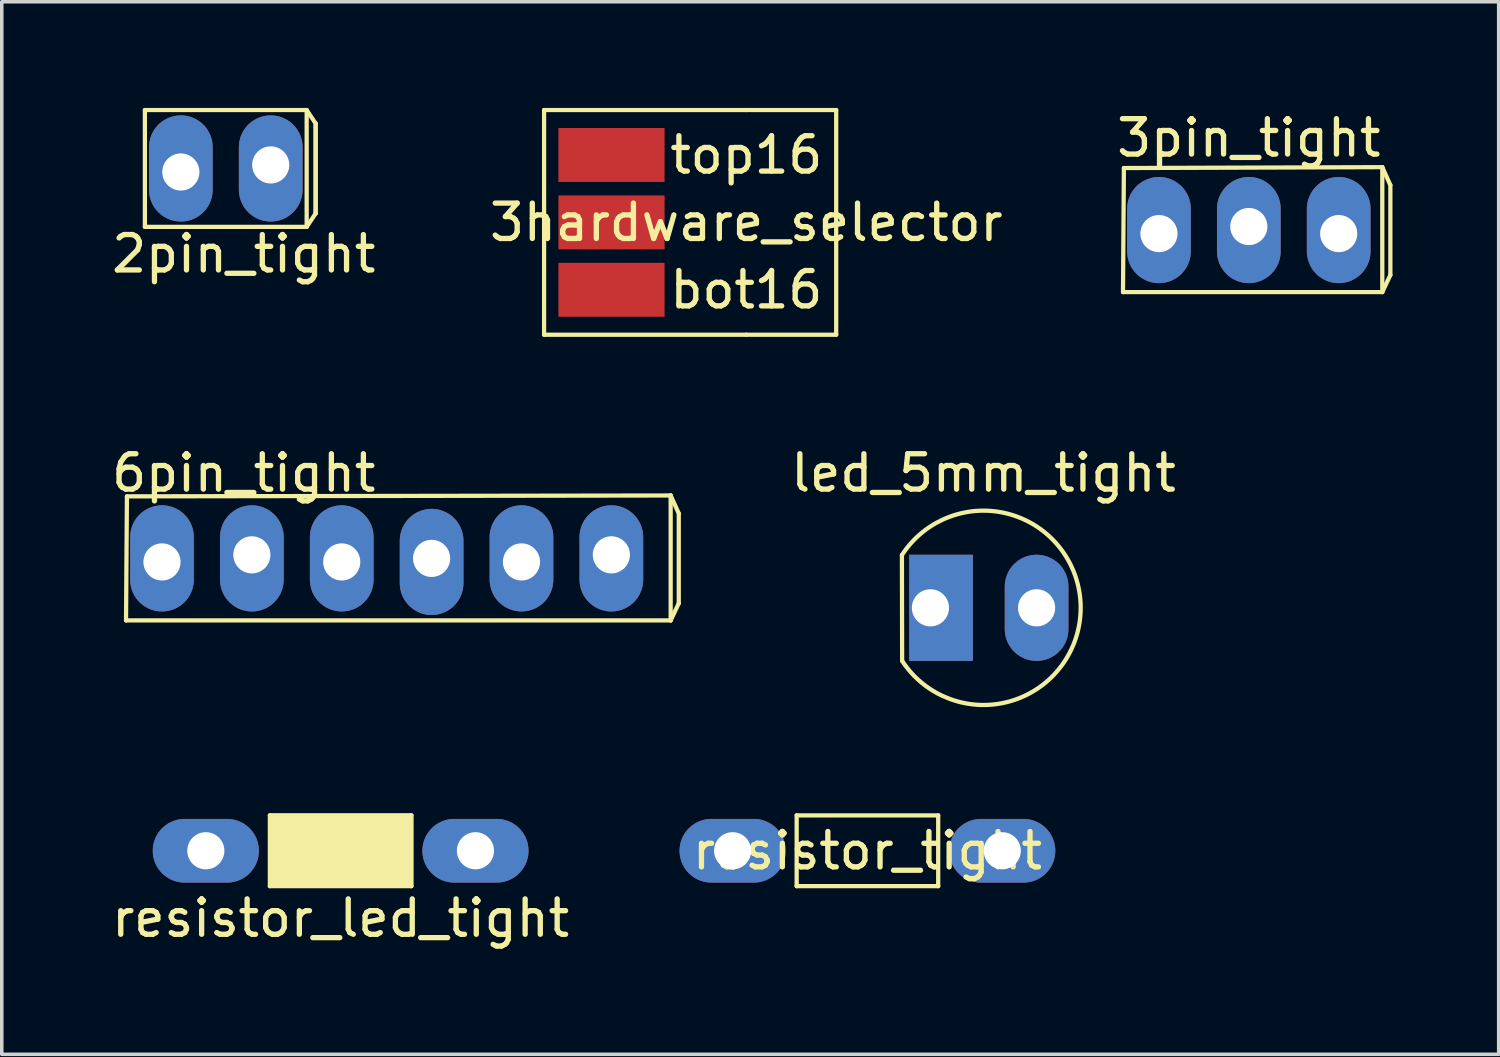
<source format=kicad_pcb>
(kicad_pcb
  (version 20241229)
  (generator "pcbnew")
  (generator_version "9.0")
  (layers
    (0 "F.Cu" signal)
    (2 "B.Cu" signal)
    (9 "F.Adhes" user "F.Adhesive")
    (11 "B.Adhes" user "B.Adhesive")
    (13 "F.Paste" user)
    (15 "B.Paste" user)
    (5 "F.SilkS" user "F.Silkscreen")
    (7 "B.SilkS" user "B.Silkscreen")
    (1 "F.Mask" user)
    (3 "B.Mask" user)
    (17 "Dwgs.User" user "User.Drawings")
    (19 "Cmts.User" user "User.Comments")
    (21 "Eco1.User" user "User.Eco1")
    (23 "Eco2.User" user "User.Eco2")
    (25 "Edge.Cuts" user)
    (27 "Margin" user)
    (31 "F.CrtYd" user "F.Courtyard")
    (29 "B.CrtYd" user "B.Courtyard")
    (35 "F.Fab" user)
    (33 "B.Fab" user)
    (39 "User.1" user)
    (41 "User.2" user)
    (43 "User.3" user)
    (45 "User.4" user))
  (footprint "3pin_tight"
    (layer "F.Cu")
    (at 29.704 3.452)
    (property "Reference" "3pin_tight" (at 2.54 -2.603 0) (layer "F.SilkS") (effects (font (size 1 1) (thickness 0.15))))
    (attr through_hole)
    (fp_line (start -1.016 1.753) (end -0.991 -1.753) (stroke (width 0.12) (type solid)) (layer "F.SilkS"))
    (fp_line (start -0.991 -1.753) (end 6.312 -1.778) (stroke (width 0.12) (type solid)) (layer "F.SilkS"))
    (fp_line (start 6.312 -1.778) (end 6.312 1.753) (stroke (width 0.12) (type solid)) (layer "F.SilkS"))
    (fp_line (start 6.312 1.753) (end -1.016 1.753) (stroke (width 0.12) (type solid)) (layer "F.SilkS"))
    (fp_line (start 6.54 -1.27) (end 6.312 -1.778) (stroke (width 0.12) (type solid)) (layer "F.SilkS"))
    (fp_line (start 6.54 -1.27) (end 6.54 1.27) (stroke (width 0.12) (type solid)) (layer "F.SilkS"))
    (fp_line (start 6.54 1.27) (end 6.312 1.753) (stroke (width 0.12) (type solid)) (layer "F.SilkS"))
    (pad "1" thru_hole oval (at 0 0.1) (size 1.8 3) (drill 1.05 (offset 0 -0.1)) (layers "*.Cu" "*.Mask"))
    (pad "2" thru_hole oval (at 2.54 -0.1) (size 1.8 3) (drill 1.05 (offset 0 0.1)) (layers "*.Cu" "*.Mask"))
    (pad "3" thru_hole oval (at 5.08 0.1) (size 1.8 3) (drill 1.05 (offset 0 -0.1)) (layers "*.Cu" "*.Mask")))
  (footprint "resistor_tight"
    (layer "F.Cu")
    (at 21.465 20.994)
    (property "Reference" "resistor_tight" (at 0 0 0) (layer "F.SilkS") (effects (font (size 1 1) (thickness 0.15))))
    (attr through_hole)
    (fp_line (start -2 -1) (end 2 -1) (stroke (width 0.12) (type solid)) (layer "F.SilkS"))
    (fp_line (start -2 1) (end -2 -1) (stroke (width 0.12) (type solid)) (layer "F.SilkS"))
    (fp_line (start 2 -1) (end 2 1) (stroke (width 0.12) (type solid)) (layer "F.SilkS"))
    (fp_line (start 2 1) (end -2 1) (stroke (width 0.12) (type solid)) (layer "F.SilkS"))
    (pad "1" thru_hole oval (at 3.81 0 90) (size 1.8 3) (drill 1.05) (layers "*.Cu" "*.Mask"))
    (pad "2" thru_hole oval (at -3.81 0 90) (size 1.8 3) (drill 1.05) (layers "*.Cu" "*.Mask")))
  (footprint "led_5mm_tight"
    (layer "F.Cu")
    (at 24.746 14.128)
    (property "Reference" "led_5mm_tight" (at 0 -3.81 0) (layer "F.SilkS") (effects (font (size 1 1) (thickness 0.15))))
    (attr through_hole)
    (fp_line (start -2.306 -1.491) (end -2.3 1.5) (stroke (width 0.12) (type solid)) (layer "F.SilkS"))
    (fp_arc (start -2.305812 -1.49105) (mid 2.745901 -0.005336) (end -2.3 1.5) (stroke (width 0.12) (type solid)) (layer "F.SilkS"))
    (pad "1" thru_hole rect (at -1.5 0) (size 1.8 3) (drill 1.05 (offset 0.3 0)) (layers "*.Cu" "*.Mask"))
    (pad "2" thru_hole oval (at 1.5 0) (size 1.8 3) (drill 1.05) (layers "*.Cu" "*.Mask")))
  (footprint "3hardware_selector"
    (layer "F.Cu")
    (at 14.232 3.235)
    (property "Reference" "3hardware_selector" (at 3.81 0 0) (layer "F.SilkS") (effects (font (size 1 1) (thickness 0.15))))
    (attr through_hole)
    (fp_line (start -1.905 -3.175) (end 3.81 -3.175) (stroke (width 0.12) (type solid)) (layer "F.SilkS"))
    (fp_line (start -1.905 3.175) (end -1.905 -3.175) (stroke (width 0.12) (type solid)) (layer "F.SilkS"))
    (fp_line (start 3.81 -3.175) (end 6.35 -3.175) (stroke (width 0.12) (type solid)) (layer "F.SilkS"))
    (fp_line (start 3.81 3.175) (end -1.905 3.175) (stroke (width 0.12) (type solid)) (layer "F.SilkS"))
    (fp_line (start 6.35 -3.175) (end 6.35 3.175) (stroke (width 0.12) (type solid)) (layer "F.SilkS"))
    (fp_line (start 6.35 3.175) (end 3.81 3.175) (stroke (width 0.12) (type solid)) (layer "F.SilkS"))
    (fp_text user "bot16" (at 3.81 1.905 0) (layer "F.SilkS") (effects (font (size 1 1) (thickness 0.15))))
    (fp_text user "top16" (at 3.81 -1.905 0) (layer "F.SilkS") (effects (font (size 1 1) (thickness 0.15))))
    (pad "1" smd rect (at 0 1.905) (size 3 1.524) (layers "F.Cu" "F.Mask" "F.Paste"))
    (pad "2" smd rect (at 0 0) (size 3 1.524) (layers "F.Cu" "F.Mask" "F.Paste"))
    (pad "3" smd rect (at 0 -1.905) (size 3 1.524) (layers "F.Cu" "F.Mask" "F.Paste")))
  (footprint "6pin_tight"
    (layer "F.Cu")
    (at 1.528 12.731)
    (property "Reference" "6pin_tight" (at 2.311 -2.413 0) (layer "F.SilkS") (effects (font (size 1 1) (thickness 0.15))))
    (attr through_hole)
    (fp_line (start -1.016 1.753) (end -0.991 -1.753) (stroke (width 0.12) (type solid)) (layer "F.SilkS"))
    (fp_line (start -0.991 -1.753) (end 14.376 -1.778) (stroke (width 0.12) (type solid)) (layer "F.SilkS"))
    (fp_line (start 14.376 -1.778) (end 14.376 1.753) (stroke (width 0.12) (type solid)) (layer "F.SilkS"))
    (fp_line (start 14.376 1.753) (end -1.016 1.753) (stroke (width 0.12) (type solid)) (layer "F.SilkS"))
    (fp_line (start 14.605 -1.27) (end 14.376 -1.778) (stroke (width 0.12) (type solid)) (layer "F.SilkS"))
    (fp_line (start 14.605 -1.27) (end 14.605 1.27) (stroke (width 0.12) (type solid)) (layer "F.SilkS"))
    (fp_line (start 14.605 1.27) (end 14.376 1.753) (stroke (width 0.12) (type solid)) (layer "F.SilkS"))
    (pad "1" thru_hole oval (at 0 0.1) (size 1.8 3) (drill 1.05 (offset 0 -0.1)) (layers "*.Cu" "*.Mask"))
    (pad "2" thru_hole oval (at 2.54 -0.1) (size 1.8 3) (drill 1.05 (offset 0 0.1)) (layers "*.Cu" "*.Mask"))
    (pad "3" thru_hole oval (at 5.08 0.1) (size 1.8 3) (drill 1.05 (offset 0 -0.1)) (layers "*.Cu" "*.Mask"))
    (pad "4" thru_hole oval (at 7.62 0) (size 1.8 3) (drill 1.05 (offset 0 0.1)) (layers "*.Cu" "*.Mask"))
    (pad "5" thru_hole oval (at 10.16 0.1) (size 1.8 3) (drill 1.05 (offset 0 -0.1)) (layers "*.Cu" "*.Mask"))
    (pad "6" thru_hole oval (at 12.7 -0.1) (size 1.8 3) (drill 1.05 (offset 0 0.1)) (layers "*.Cu" "*.Mask")))
  (footprint "2pin_tight"
    (layer "F.Cu")
    (at 4.601 1.711)
    (property "Reference" "2pin_tight" (at -0.762 2.413 0) (layer "F.SilkS") (effects (font (size 1 1) (thickness 0.15))))
    (attr through_hole)
    (fp_line (start -3.556 -1.651) (end 1.016 -1.651) (stroke (width 0.12) (type solid)) (layer "F.SilkS"))
    (fp_line (start -3.556 1.651) (end -3.556 -1.651) (stroke (width 0.12) (type solid)) (layer "F.SilkS"))
    (fp_line (start 1.016 -1.651) (end 1.016 1.651) (stroke (width 0.12) (type solid)) (layer "F.SilkS"))
    (fp_line (start 1.016 1.651) (end -3.556 1.651) (stroke (width 0.12) (type solid)) (layer "F.SilkS"))
    (fp_line (start 1.016 1.651) (end 1.27 1.27) (stroke (width 0.12) (type solid)) (layer "F.SilkS"))
    (fp_line (start 1.27 -1.27) (end 1.016 -1.651) (stroke (width 0.12) (type solid)) (layer "F.SilkS"))
    (fp_line (start 1.27 -1.27) (end 1.27 1.27) (stroke (width 0.12) (type solid)) (layer "F.SilkS"))
    (fp_line (start 1.27 1.27) (end 1.27 -1.27) (stroke (width 0.12) (type solid)) (layer "F.SilkS"))
    (pad "1" thru_hole oval (at 0 -0.1) (size 1.8 3) (drill 1.05 (offset 0 0.1)) (layers "*.Cu" "*.Mask"))
    (pad "2" thru_hole oval (at -2.54 0.1) (size 1.8 3) (drill 1.05 (offset 0 -0.1)) (layers "*.Cu" "*.Mask")))
  (footprint "resistor_led_tight"
    (layer "F.Cu")
    (at 6.577 20.994)
    (property "Reference" "resistor_led_tight" (at 0 1.905 0) (layer "F.SilkS") (effects (font (size 1 1) (thickness 0.15))))
    (attr through_hole)
    (fp_line (start -2 -1) (end 2 -1) (stroke (width 0.12) (type solid)) (layer "F.SilkS"))
    (fp_line (start -2 1) (end -2 -1) (stroke (width 0.12) (type solid)) (layer "F.SilkS"))
    (fp_line (start 2 -1) (end 2 1) (stroke (width 0.12) (type solid)) (layer "F.SilkS"))
    (fp_line (start 2 1) (end -2 1) (stroke (width 0.12) (type solid)) (layer "F.SilkS"))
    (fp_poly (pts (xy 2 1) (xy -2 1) (xy -2 -1) (xy 2 -1)) (stroke (width 0.1) (type solid)) (fill yes) (layer "F.SilkS"))
    (pad "1" thru_hole oval (at 3.81 0 90) (size 1.8 3) (drill 1.05) (layers "*.Cu" "*.Mask"))
    (pad "2" thru_hole oval (at -3.81 0 90) (size 1.8 3) (drill 1.05) (layers "*.Cu" "*.Mask")))
  (gr_rect
    (start -3 -3)
    (end 39.305 26.747)
    (stroke (width 0.1) (type default))
    (fill no)
    (layer "Edge.Cuts")))
</source>
